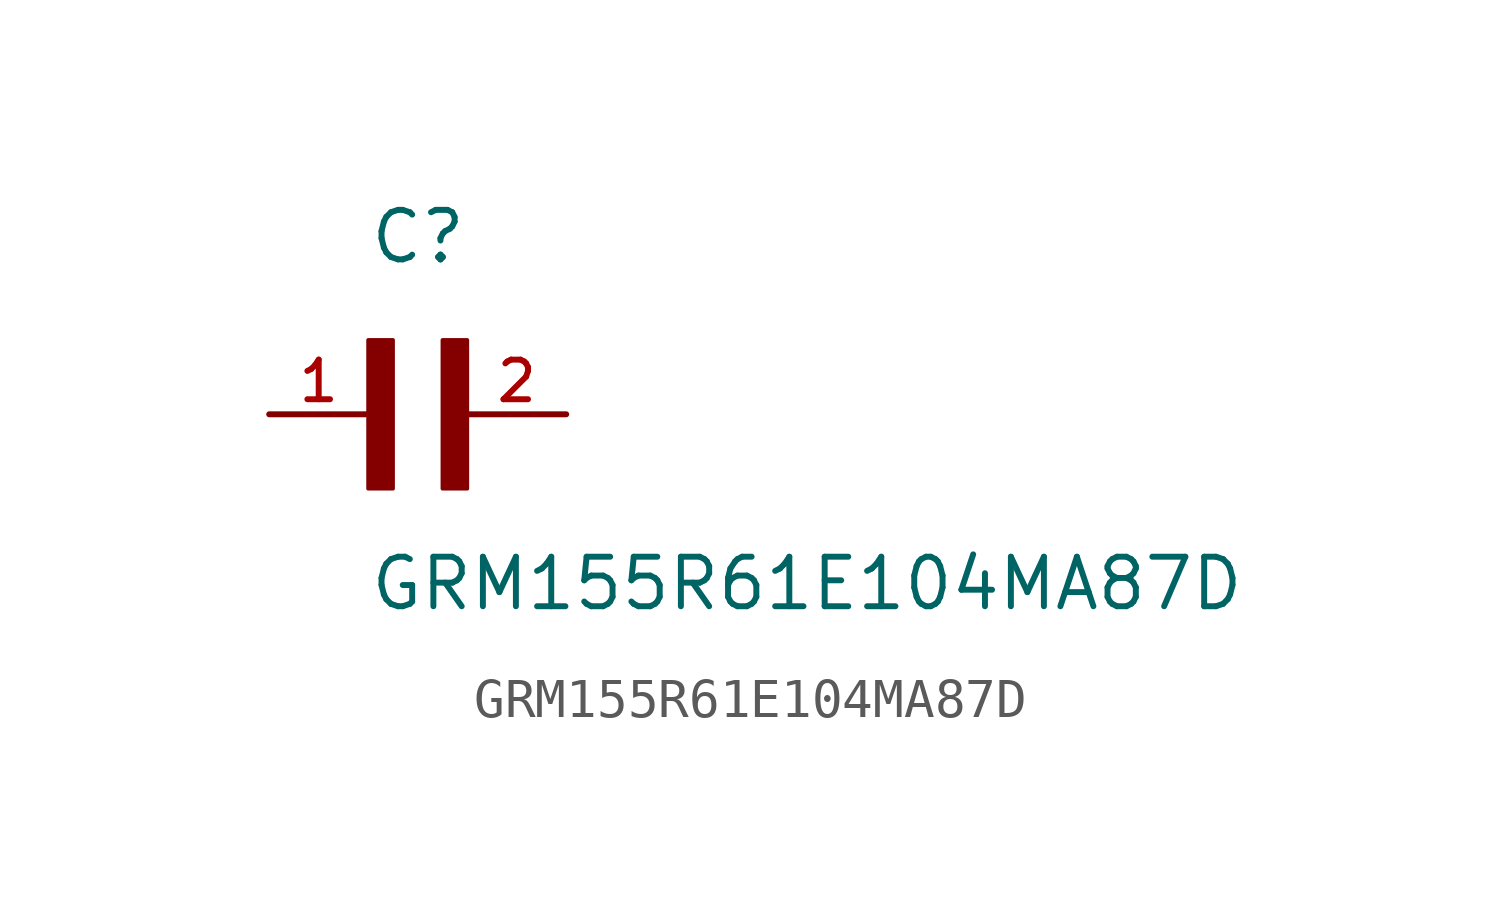
<source format=kicad_sym>
(kicad_symbol_lib
  (version 20211014)
  (generator kicad_symbol_editor)
  (symbol "GRM155R61E104MA87D"
    (pin_names
      (offset 1.016))
    (property "Reference" "C"
      (at 0.0 3.811 0)
      (effects (font (size 1.27 1.27)) (justify bottom left)))
    (property "Value" "GRM155R61E104MA87D"
      (at 0.0 -5.088 0)
      (effects (font (size 1.27 1.27)) (justify bottom left)))
    (symbol "GRM155R61E104MA87D_0_0"
      (rectangle (start 0.0 -1.907) (end 0.635 1.905) (stroke (width 0.1)) (fill (type outline)))
      (rectangle (start 1.907 -1.907) (end 2.54 1.905) (stroke (width 0.1)) (fill (type outline)))
      (pin passive line (at 5.08 0.0 180.0) (length 2.54) (name "~" (effects (font (size 1.016 1.016)))) (number "2" (effects (font (size 1.016 1.016)))))
      (pin passive line (at -2.54 0.0 0) (length 2.54) (name "~" (effects (font (size 1.016 1.016)))) (number "1" (effects (font (size 1.016 1.016))))))))
</source>
